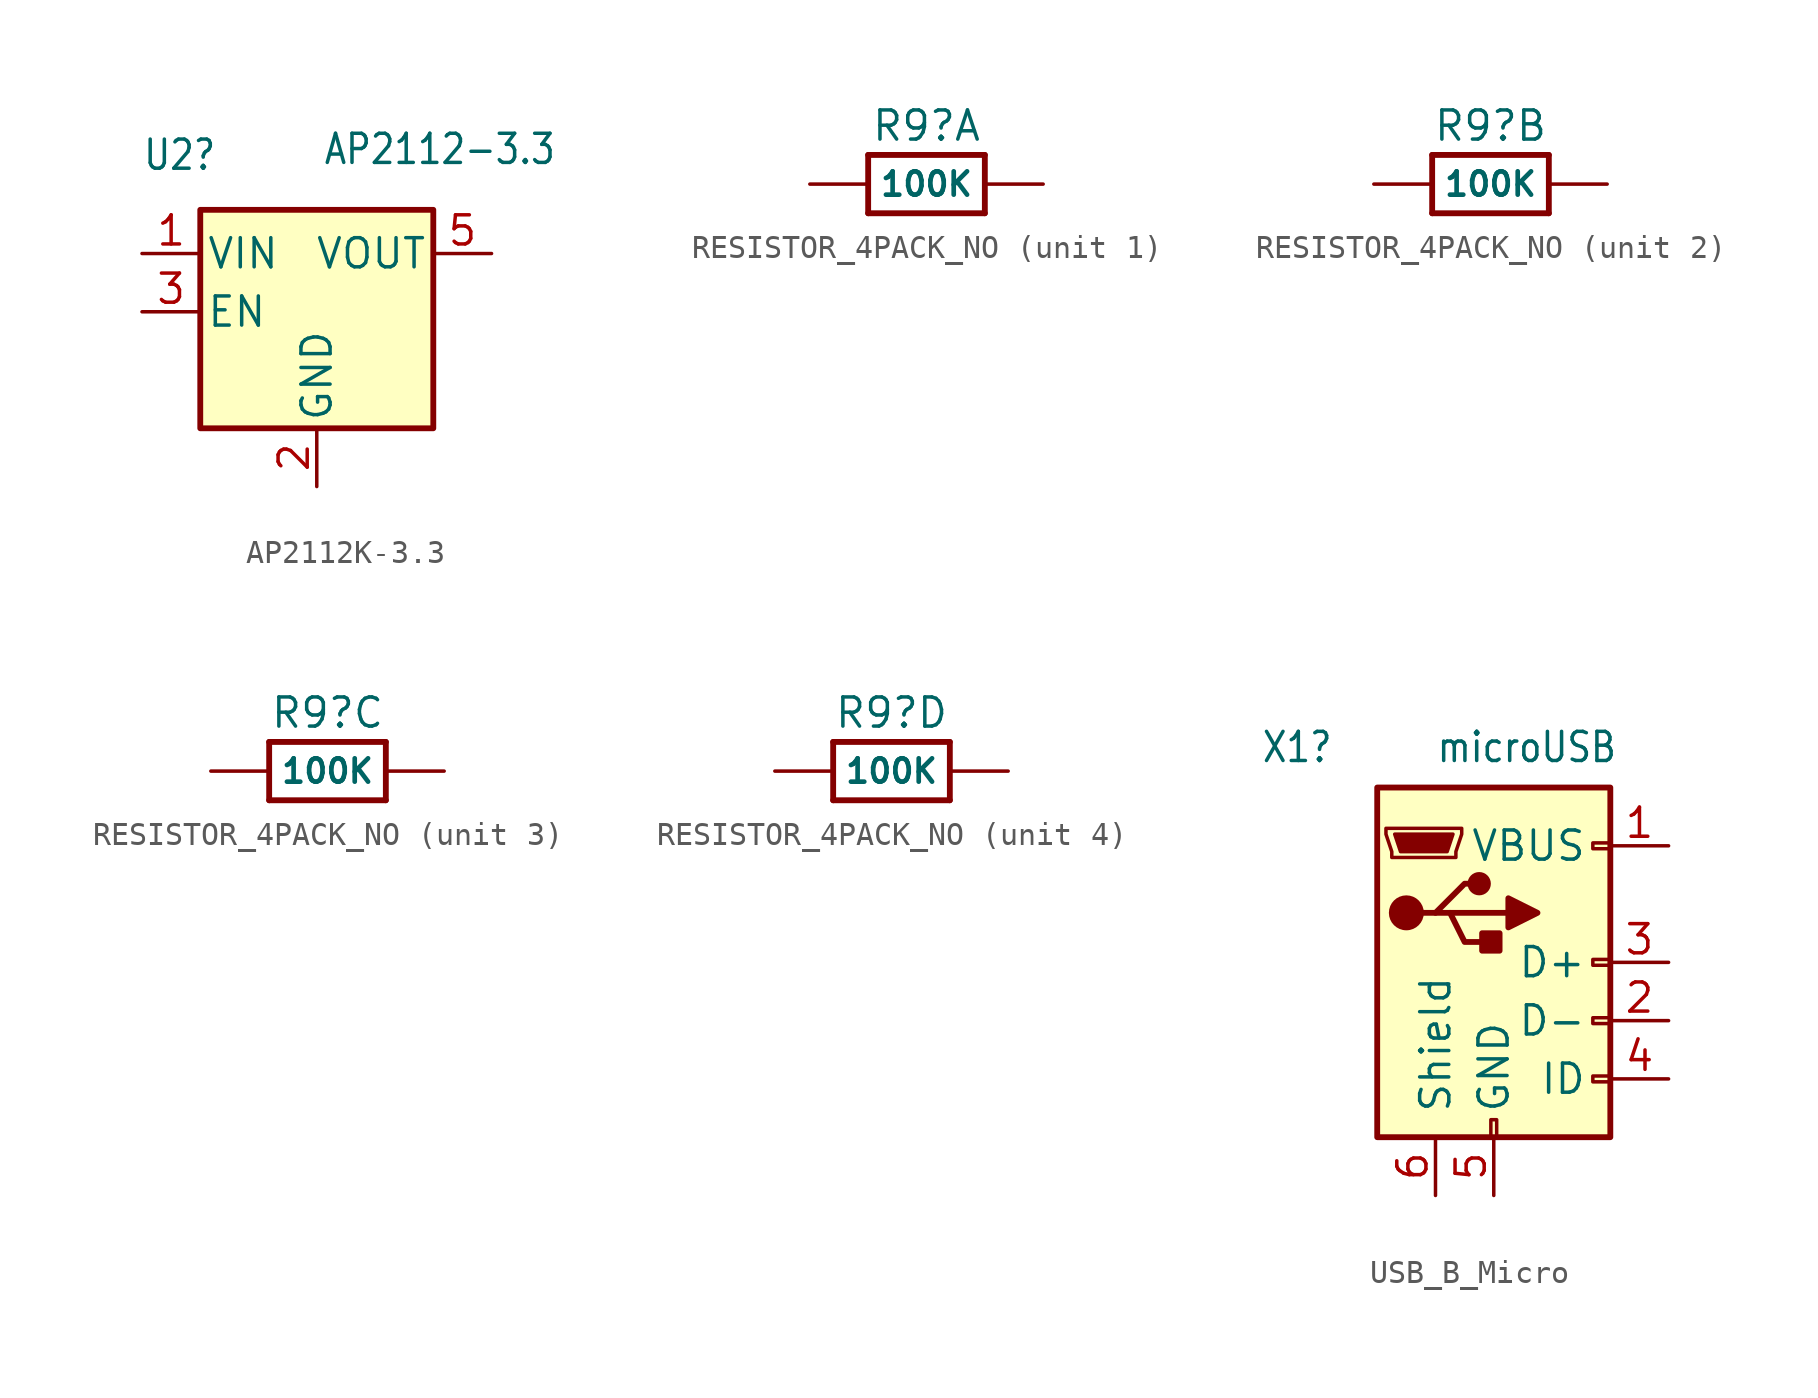
<source format=kicad_sym>
(kicad_symbol_lib
  (version 20231120)
  (generator "kicad_symbol_editor")
  (generator_version "8.0")
  (symbol "AP2112K-3.3"
    (pin_names
      (offset 0.254))
    (property "Reference" "U2"
      (at -7.62 6.096 0)
      (effects (font (size 1.27 1.079)) (justify left bottom)))
    (property "Value" "AP2112-3.3"
      (at 0.254 6.35 0)
      (effects (font (size 1.27 1.079)) (justify left bottom)))
    (symbol "AP2112K-3.3_0_1"
      (rectangle (start -5.08 4.445) (end 5.08 -5.08) (stroke (width 0.254) (type default)) (fill (type background))))
    (symbol "AP2112K-3.3_1_1"
      (pin passive line (at -7.62 2.54 0) (length 2.54) (name "VIN" (effects (font (size 1.27 1.27)))) (number "1" (effects (font (size 1.27 1.27)))))
      (pin power_in line (at 0 -7.62 90) (length 2.54) (name "GND" (effects (font (size 1.27 1.27)))) (number "2" (effects (font (size 1.27 1.27)))))
      (pin input line (at -7.62 0 0) (length 2.54) (name "EN" (effects (font (size 1.27 1.27)))) (number "3" (effects (font (size 1.27 1.27)))))
      (pin no_connect line (at 5.08 0 180) (length 2.54) hide (name "NC" (effects (font (size 1.27 1.27)))) (number "4" (effects (font (size 1.27 1.27)))))
      (pin passive line (at 7.62 2.54 180) (length 2.54) (name "VOUT" (effects (font (size 1.27 1.27)))) (number "5" (effects (font (size 1.27 1.27)))))))
  (symbol "RESISTOR_4PACK_NO"
    (property "Reference" "R9"
      (at 0 2.54 0)
      (effects (font (size 1.27 1.27))))
    (property "Value" "100K"
      (at 0 0 0)
      (effects (font (size 1.016 1.016) (bold yes))))
    (property "ki_locked" ""
      (at 0 0 0)
      (effects (font (size 1.27 1.27))))
    (symbol "RESISTOR_4PACK_NO_1_0"
      (polyline (pts (xy -2.54 -1.27) (xy -2.54 1.27)) (stroke (width 0.254) (type solid)) (fill (type none)))
      (polyline (pts (xy -2.54 1.27) (xy 2.54 1.27)) (stroke (width 0.254) (type solid)) (fill (type none)))
      (polyline (pts (xy 2.54 -1.27) (xy -2.54 -1.27)) (stroke (width 0.254) (type solid)) (fill (type none)))
      (polyline (pts (xy 2.54 1.27) (xy 2.54 -1.27)) (stroke (width 0.254) (type solid)) (fill (type none)))
      (pin passive line (at -5.08 0 0) (length 2.54) (name "1" (effects (font (size 0 0)))) (number "1" (effects (font (size 0 0)))))
      (pin passive line (at 5.08 0 180) (length 2.54) (name "2" (effects (font (size 0 0)))) (number "8" (effects (font (size 0 0))))))
    (symbol "RESISTOR_4PACK_NO_2_0"
      (polyline (pts (xy -2.54 -1.27) (xy -2.54 1.27)) (stroke (width 0.254) (type solid)) (fill (type none)))
      (polyline (pts (xy -2.54 1.27) (xy 2.54 1.27)) (stroke (width 0.254) (type solid)) (fill (type none)))
      (polyline (pts (xy 2.54 -1.27) (xy -2.54 -1.27)) (stroke (width 0.254) (type solid)) (fill (type none)))
      (polyline (pts (xy 2.54 1.27) (xy 2.54 -1.27)) (stroke (width 0.254) (type solid)) (fill (type none)))
      (pin passive line (at -5.08 0 0) (length 2.54) (name "1" (effects (font (size 0 0)))) (number "2" (effects (font (size 0 0)))))
      (pin passive line (at 5.08 0 180) (length 2.54) (name "2" (effects (font (size 0 0)))) (number "7" (effects (font (size 0 0))))))
    (symbol "RESISTOR_4PACK_NO_3_0"
      (polyline (pts (xy -2.54 -1.27) (xy -2.54 1.27)) (stroke (width 0.254) (type solid)) (fill (type none)))
      (polyline (pts (xy -2.54 1.27) (xy 2.54 1.27)) (stroke (width 0.254) (type solid)) (fill (type none)))
      (polyline (pts (xy 2.54 -1.27) (xy -2.54 -1.27)) (stroke (width 0.254) (type solid)) (fill (type none)))
      (polyline (pts (xy 2.54 1.27) (xy 2.54 -1.27)) (stroke (width 0.254) (type solid)) (fill (type none)))
      (pin passive line (at -5.08 0 0) (length 2.54) (name "1" (effects (font (size 0 0)))) (number "3" (effects (font (size 0 0)))))
      (pin passive line (at 5.08 0 180) (length 2.54) (name "2" (effects (font (size 0 0)))) (number "6" (effects (font (size 0 0))))))
    (symbol "RESISTOR_4PACK_NO_4_0"
      (polyline (pts (xy -2.54 -1.27) (xy -2.54 1.27)) (stroke (width 0.254) (type solid)) (fill (type none)))
      (polyline (pts (xy -2.54 1.27) (xy 2.54 1.27)) (stroke (width 0.254) (type solid)) (fill (type none)))
      (polyline (pts (xy 2.54 -1.27) (xy -2.54 -1.27)) (stroke (width 0.254) (type solid)) (fill (type none)))
      (polyline (pts (xy 2.54 1.27) (xy 2.54 -1.27)) (stroke (width 0.254) (type solid)) (fill (type none)))
      (pin passive line (at -5.08 0 0) (length 2.54) (name "1" (effects (font (size 0 0)))) (number "4" (effects (font (size 0 0)))))
      (pin passive line (at 5.08 0 180) (length 2.54) (name "2" (effects (font (size 0 0)))) (number "5" (effects (font (size 0 0)))))))
  (symbol "USB_B_Micro"
    (pin_names
      (offset 1.016))
    (property "Reference" "X1"
      (at -10.16 8.636 0)
      (effects (font (size 1.27 1.079)) (justify left bottom)))
    (property "Value" "microUSB"
      (at -2.54 8.636 0)
      (effects (font (size 1.27 1.079)) (justify left bottom)))
    (symbol "USB_B_Micro_0_1"
      (rectangle (start -5.08 -7.62) (end 5.08 7.62) (stroke (width 0.254) (type default)) (fill (type background)))
      (circle (center -3.81 2.159) (radius 0.635) (stroke (width 0.254) (type default)) (fill (type outline)))
      (circle (center -0.635 3.429) (radius 0.381) (stroke (width 0.254) (type default)) (fill (type outline)))
      (rectangle (start -0.127 -7.62) (end 0.127 -6.858) (stroke (width 0) (type default)) (fill (type none)))
      (polyline (pts (xy -1.905 2.159) (xy 0.635 2.159)) (stroke (width 0.254) (type default)) (fill (type none)))
      (polyline (pts (xy -3.175 2.159) (xy -2.54 2.159) (xy -1.27 3.429) (xy -0.635 3.429)) (stroke (width 0.254) (type default)) (fill (type none)))
      (polyline (pts (xy -2.54 2.159) (xy -1.905 2.159) (xy -1.27 0.889) (xy 0 0.889)) (stroke (width 0.254) (type default)) (fill (type none)))
      (polyline (pts (xy 0.635 2.794) (xy 0.635 1.524) (xy 1.905 2.159) (xy 0.635 2.794)) (stroke (width 0.254) (type default)) (fill (type outline)))
      (polyline (pts (xy -4.318 5.588) (xy -1.778 5.588) (xy -2.032 4.826) (xy -4.064 4.826) (xy -4.318 5.588)) (stroke (width 0) (type default)) (fill (type outline)))
      (polyline (pts (xy -4.699 5.842) (xy -4.699 5.588) (xy -4.445 4.826) (xy -4.445 4.572) (xy -1.651 4.572) (xy -1.651 4.826) (xy -1.397 5.588) (xy -1.397 5.842) (xy -4.699 5.842)) (stroke (width 0) (type default)) (fill (type none)))
      (rectangle (start 0.254 1.27) (end -0.508 0.508) (stroke (width 0.254) (type default)) (fill (type outline)))
      (rectangle (start 5.08 -5.207) (end 4.318 -4.953) (stroke (width 0) (type default)) (fill (type none)))
      (rectangle (start 5.08 -2.667) (end 4.318 -2.413) (stroke (width 0) (type default)) (fill (type none)))
      (rectangle (start 5.08 -0.127) (end 4.318 0.127) (stroke (width 0) (type default)) (fill (type none)))
      (rectangle (start 5.08 4.953) (end 4.318 5.207) (stroke (width 0) (type default)) (fill (type none))))
    (symbol "USB_B_Micro_1_1"
      (pin passive line (at 7.62 5.08 180) (length 2.54) (name "VBUS" (effects (font (size 1.27 1.27)))) (number "1" (effects (font (size 1.27 1.27)))))
      (pin bidirectional line (at 7.62 -2.54 180) (length 2.54) (name "D-" (effects (font (size 1.27 1.27)))) (number "2" (effects (font (size 1.27 1.27)))))
      (pin bidirectional line (at 7.62 0 180) (length 2.54) (name "D+" (effects (font (size 1.27 1.27)))) (number "3" (effects (font (size 1.27 1.27)))))
      (pin passive line (at 7.62 -5.08 180) (length 2.54) (name "ID" (effects (font (size 1.27 1.27)))) (number "4" (effects (font (size 1.27 1.27)))))
      (pin passive line (at 0 -10.16 90) (length 2.54) (name "GND" (effects (font (size 1.27 1.27)))) (number "5" (effects (font (size 1.27 1.27)))))
      (pin passive line (at -2.54 -10.16 90) (length 2.54) (name "Shield" (effects (font (size 1.27 1.27)))) (number "6" (effects (font (size 1.27 1.27))))))))
</source>
